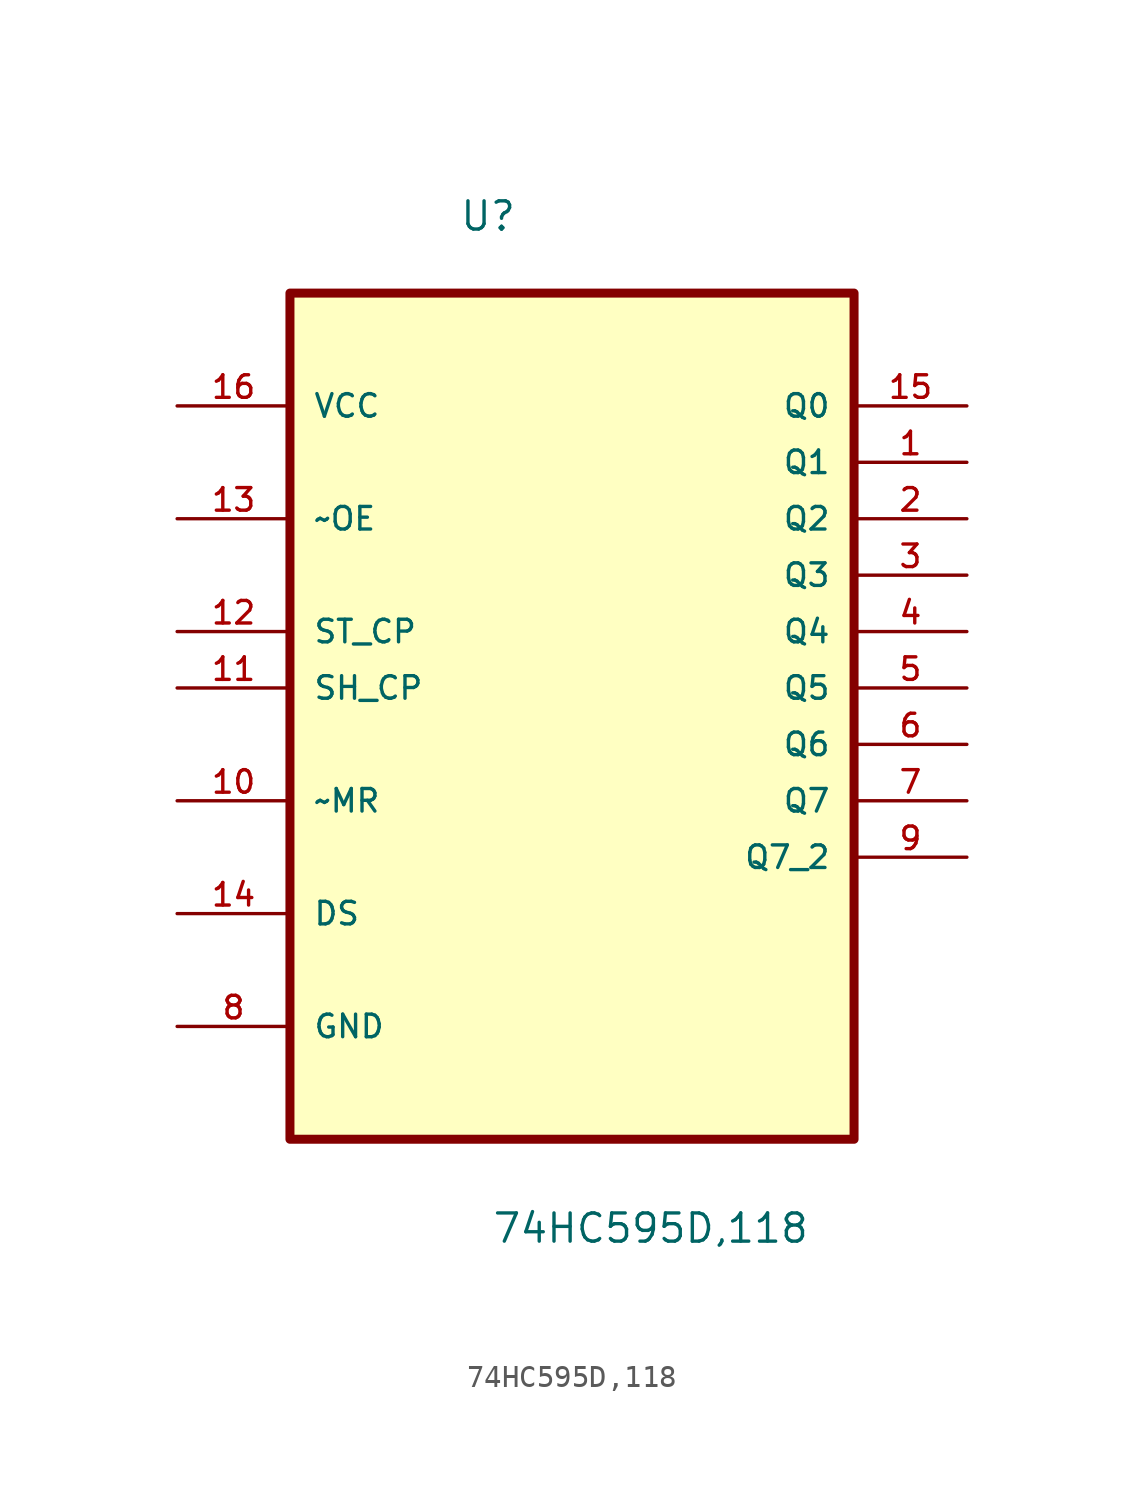
<source format=kicad_sym>
(kicad_symbol_lib
  (version 20211014)
  (generator kicad_symbol_editor)
  (symbol "74HC595D,118"
    (pin_names
      (offset 1.016))
    (property "Reference" "U"
      (at -5.088 17.961 0.0)
      (effects (font (size 1.27 1.27)) (justify bottom left)))
    (property "Value" "74HC595D,118"
      (at -3.632 -27.611 0.0)
      (effects (font (size 1.27 1.27)) (justify bottom left)))
    (symbol "74HC595D,118_0_0"
      (rectangle (start -12.7 -22.86) (end 12.7 15.24) (stroke (width 0.406)) (fill (type background)))
      (pin power_in line (at -17.78 10.16 0) (length 5.08) (name "VCC" (effects (font (size 1.016 1.016)))) (number "16" (effects (font (size 1.016 1.016)))))
      (pin input line (at -17.78 5.08 0) (length 5.08) (name "~OE" (effects (font (size 1.016 1.016)))) (number "13" (effects (font (size 1.016 1.016)))))
      (pin input line (at -17.78 0.0 0) (length 5.08) (name "ST_CP" (effects (font (size 1.016 1.016)))) (number "12" (effects (font (size 1.016 1.016)))))
      (pin input line (at -17.78 -2.54 0) (length 5.08) (name "SH_CP" (effects (font (size 1.016 1.016)))) (number "11" (effects (font (size 1.016 1.016)))))
      (pin input line (at -17.78 -7.62 0) (length 5.08) (name "~MR" (effects (font (size 1.016 1.016)))) (number "10" (effects (font (size 1.016 1.016)))))
      (pin input line (at -17.78 -12.7 0) (length 5.08) (name "DS" (effects (font (size 1.016 1.016)))) (number "14" (effects (font (size 1.016 1.016)))))
      (pin passive line (at -17.78 -17.78 0) (length 5.08) (name "GND" (effects (font (size 1.016 1.016)))) (number "8" (effects (font (size 1.016 1.016)))))
      (pin output line (at 17.78 10.16 180.0) (length 5.08) (name "Q0" (effects (font (size 1.016 1.016)))) (number "15" (effects (font (size 1.016 1.016)))))
      (pin output line (at 17.78 7.62 180.0) (length 5.08) (name "Q1" (effects (font (size 1.016 1.016)))) (number "1" (effects (font (size 1.016 1.016)))))
      (pin output line (at 17.78 5.08 180.0) (length 5.08) (name "Q2" (effects (font (size 1.016 1.016)))) (number "2" (effects (font (size 1.016 1.016)))))
      (pin output line (at 17.78 2.54 180.0) (length 5.08) (name "Q3" (effects (font (size 1.016 1.016)))) (number "3" (effects (font (size 1.016 1.016)))))
      (pin output line (at 17.78 0.0 180.0) (length 5.08) (name "Q4" (effects (font (size 1.016 1.016)))) (number "4" (effects (font (size 1.016 1.016)))))
      (pin output line (at 17.78 -2.54 180.0) (length 5.08) (name "Q5" (effects (font (size 1.016 1.016)))) (number "5" (effects (font (size 1.016 1.016)))))
      (pin output line (at 17.78 -5.08 180.0) (length 5.08) (name "Q6" (effects (font (size 1.016 1.016)))) (number "6" (effects (font (size 1.016 1.016)))))
      (pin output line (at 17.78 -7.62 180.0) (length 5.08) (name "Q7" (effects (font (size 1.016 1.016)))) (number "7" (effects (font (size 1.016 1.016)))))
      (pin output line (at 17.78 -10.16 180.0) (length 5.08) (name "Q7_2" (effects (font (size 1.016 1.016)))) (number "9" (effects (font (size 1.016 1.016))))))))
</source>
